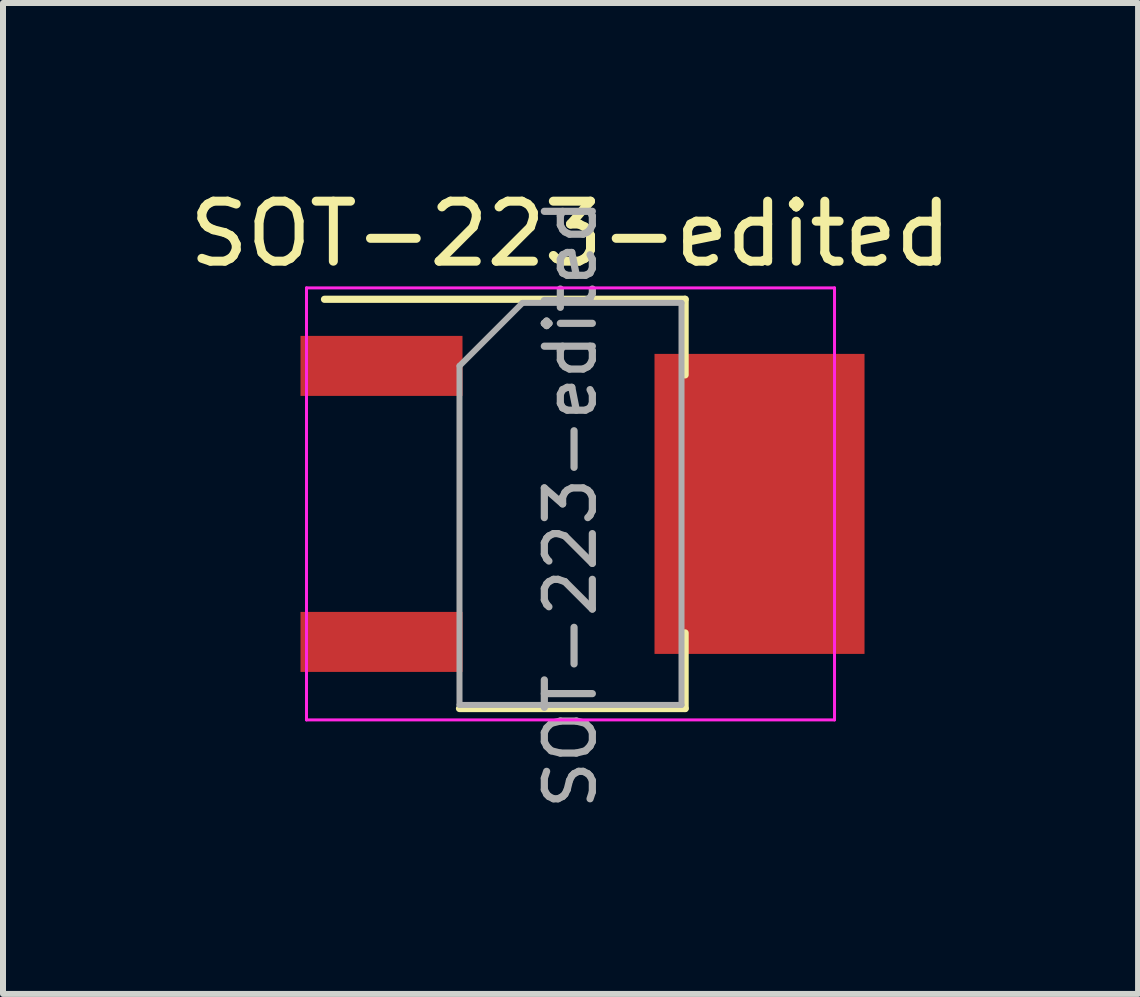
<source format=kicad_pcb>
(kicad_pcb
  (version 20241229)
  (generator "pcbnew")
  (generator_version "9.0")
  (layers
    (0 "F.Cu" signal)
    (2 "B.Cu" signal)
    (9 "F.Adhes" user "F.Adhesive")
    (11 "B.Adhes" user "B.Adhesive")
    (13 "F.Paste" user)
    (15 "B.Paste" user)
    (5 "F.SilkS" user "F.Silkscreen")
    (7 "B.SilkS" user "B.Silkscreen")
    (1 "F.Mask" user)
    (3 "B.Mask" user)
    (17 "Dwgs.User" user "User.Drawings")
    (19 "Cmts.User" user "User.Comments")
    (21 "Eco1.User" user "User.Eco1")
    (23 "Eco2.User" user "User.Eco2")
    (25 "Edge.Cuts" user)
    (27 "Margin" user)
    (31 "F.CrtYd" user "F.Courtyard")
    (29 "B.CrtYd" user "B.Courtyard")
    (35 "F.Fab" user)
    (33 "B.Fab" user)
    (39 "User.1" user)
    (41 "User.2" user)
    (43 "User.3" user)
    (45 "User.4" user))
  (footprint "SOT-223-edited"
    (layer "F.Cu")
    (at 6.458 5.348)
    (property "Reference" "SOT-223-edited" (at 0 -4.5 0) (layer "F.SilkS") (effects (font (size 1 1) (thickness 0.15))))
    (attr smd)
    (fp_line (start -4.1 -3.41) (end 1.91 -3.41) (stroke (width 0.12) (type solid)) (layer "F.SilkS"))
    (fp_line (start -1.85 3.41) (end 1.91 3.41) (stroke (width 0.12) (type solid)) (layer "F.SilkS"))
    (fp_line (start 1.91 -3.41) (end 1.91 -2.15) (stroke (width 0.12) (type solid)) (layer "F.SilkS"))
    (fp_line (start 1.91 3.41) (end 1.91 2.15) (stroke (width 0.12) (type solid)) (layer "F.SilkS"))
    (fp_line (start -4.4 -3.6) (end -4.4 3.6) (stroke (width 0.05) (type solid)) (layer "F.CrtYd"))
    (fp_line (start -4.4 3.6) (end 4.4 3.6) (stroke (width 0.05) (type solid)) (layer "F.CrtYd"))
    (fp_line (start 4.4 -3.6) (end -4.4 -3.6) (stroke (width 0.05) (type solid)) (layer "F.CrtYd"))
    (fp_line (start 4.4 3.6) (end 4.4 -3.6) (stroke (width 0.05) (type solid)) (layer "F.CrtYd"))
    (fp_line (start -1.85 -2.3) (end -1.85 3.35) (stroke (width 0.1) (type solid)) (layer "F.Fab"))
    (fp_line (start -1.85 -2.3) (end -0.8 -3.35) (stroke (width 0.1) (type solid)) (layer "F.Fab"))
    (fp_line (start -1.85 3.35) (end 1.85 3.35) (stroke (width 0.1) (type solid)) (layer "F.Fab"))
    (fp_line (start -0.8 -3.35) (end 1.85 -3.35) (stroke (width 0.1) (type solid)) (layer "F.Fab"))
    (fp_line (start 1.85 -3.35) (end 1.85 3.35) (stroke (width 0.1) (type solid)) (layer "F.Fab"))
    (fp_text user "${REFERENCE}" (at 0 0 90) (layer "F.Fab") (effects (font (size 0.8 0.8) (thickness 0.12))))
    (pad "1" smd rect (at -3.15 -2.3) (size 2.7 1) (layers "F.Cu" "F.Mask" "F.Paste"))
    (pad "2" smd rect (at 3.15 0) (size 3.5 5) (layers "F.Cu" "F.Mask" "F.Paste"))
    (pad "3" smd rect (at -3.15 2.3) (size 2.7 1) (layers "F.Cu" "F.Mask" "F.Paste")))
  (gr_rect
    (start -3 -3)
    (end 15.917 13.515)
    (stroke (width 0.1) (type default))
    (fill no)
    (layer "Edge.Cuts")))
</source>
